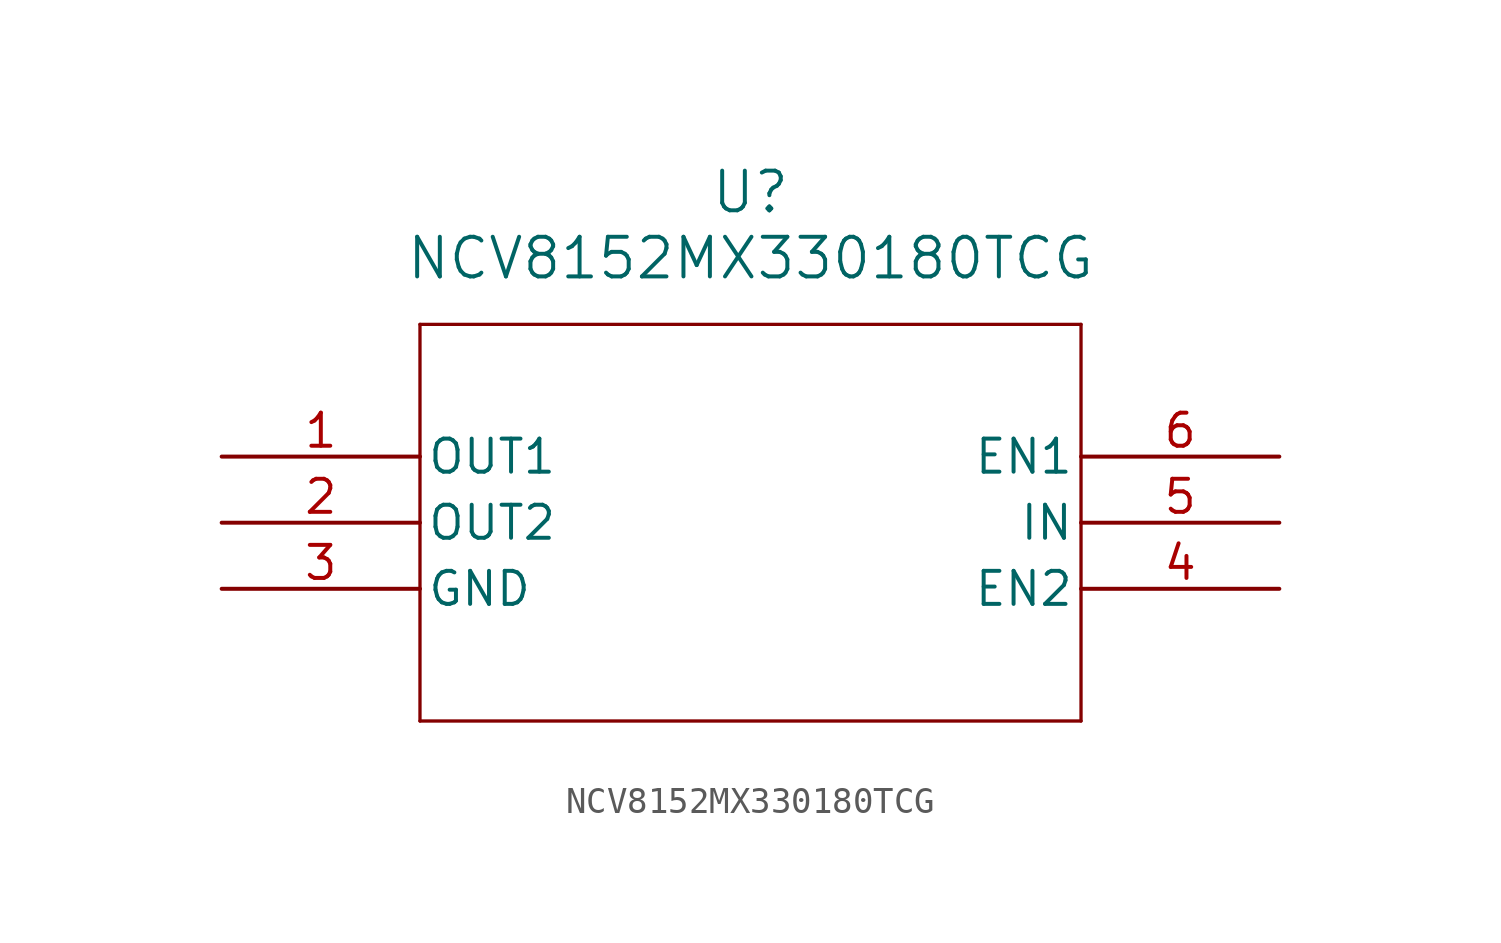
<source format=kicad_sym>
(kicad_symbol_lib
  (version 20211014)
  (generator kicad_symbol_editor)
  (symbol "NCV8152MX330180TCG"
    (pin_names
      (offset 0.254))
    (property "Reference" "U"
      (at 20.32 10.16 0)
      (effects (font (size 1.524 1.524))))
    (property "Value" "NCV8152MX330180TCG"
      (at 20.32 7.62 0)
      (effects (font (size 1.524 1.524))))
    (symbol "NCV8152MX330180TCG_0_1"
      (polyline (pts (xy 7.62 5.08) (xy 7.62 -10.16)) (stroke (width 0.127) (type default) (color 0 0 0 0)) (fill (type none)))
      (polyline (pts (xy 7.62 -10.16) (xy 33.02 -10.16)) (stroke (width 0.127) (type default) (color 0 0 0 0)) (fill (type none)))
      (polyline (pts (xy 33.02 -10.16) (xy 33.02 5.08)) (stroke (width 0.127) (type default) (color 0 0 0 0)) (fill (type none)))
      (polyline (pts (xy 33.02 5.08) (xy 7.62 5.08)) (stroke (width 0.127) (type default) (color 0 0 0 0)) (fill (type none)))
      (pin output line (at 0 0 0) (length 7.62) (name "OUT1" (effects (font (size 1.27 1.27)))) (number "1" (effects (font (size 1.27 1.27)))))
      (pin output line (at 0 -2.54 0) (length 7.62) (name "OUT2" (effects (font (size 1.27 1.27)))) (number "2" (effects (font (size 1.27 1.27)))))
      (pin power_in line (at 0 -5.08 0) (length 7.62) (name "GND" (effects (font (size 1.27 1.27)))) (number "3" (effects (font (size 1.27 1.27)))))
      (pin unspecified line (at 40.64 -5.08 180) (length 7.62) (name "EN2" (effects (font (size 1.27 1.27)))) (number "4" (effects (font (size 1.27 1.27)))))
      (pin input line (at 40.64 -2.54 180) (length 7.62) (name "IN" (effects (font (size 1.27 1.27)))) (number "5" (effects (font (size 1.27 1.27)))))
      (pin unspecified line (at 40.64 0 180) (length 7.62) (name "EN1" (effects (font (size 1.27 1.27)))) (number "6" (effects (font (size 1.27 1.27))))))))
</source>
